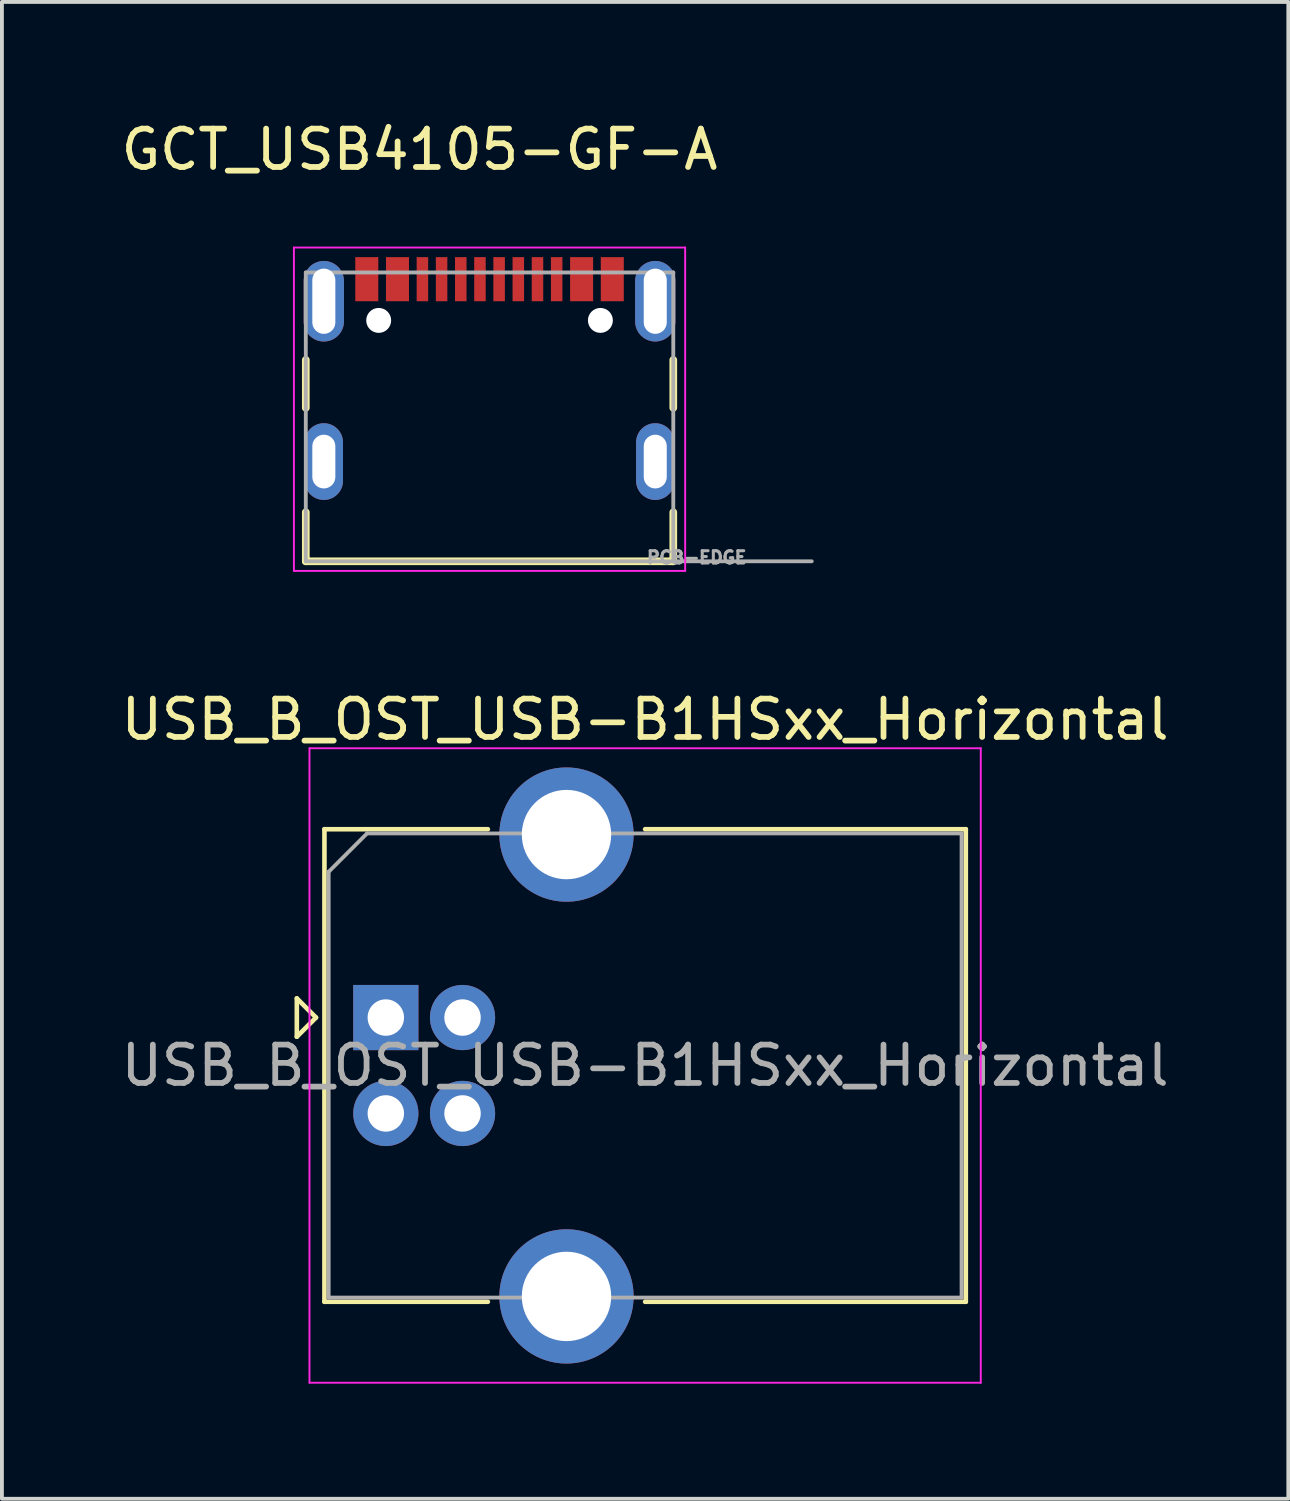
<source format=kicad_pcb>
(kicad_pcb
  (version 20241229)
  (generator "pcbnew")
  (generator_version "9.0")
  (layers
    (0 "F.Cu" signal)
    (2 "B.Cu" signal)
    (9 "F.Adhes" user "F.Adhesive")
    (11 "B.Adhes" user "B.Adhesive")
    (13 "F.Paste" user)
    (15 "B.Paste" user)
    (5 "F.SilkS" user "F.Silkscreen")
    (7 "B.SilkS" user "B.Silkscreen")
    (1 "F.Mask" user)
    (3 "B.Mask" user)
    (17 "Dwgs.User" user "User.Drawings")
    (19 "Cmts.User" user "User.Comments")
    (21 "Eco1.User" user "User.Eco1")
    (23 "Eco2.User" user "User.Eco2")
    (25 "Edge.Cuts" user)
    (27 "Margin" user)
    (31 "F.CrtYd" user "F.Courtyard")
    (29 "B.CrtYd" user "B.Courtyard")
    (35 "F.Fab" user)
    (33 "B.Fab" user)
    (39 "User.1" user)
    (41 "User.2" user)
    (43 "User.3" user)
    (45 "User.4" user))
  (footprint "GCT_USB4105-GF-A"
    (layer "F.Cu")
    (at 9.712 8.983)
    (property "Reference" "GCT_USB4105-GF-A" (at -1.825 -8.135 0) (layer "F.SilkS") (effects (font (size 1 1) (thickness 0.15))))
    (attr through_hole)
    (fp_line (start -4.79 -2.65) (end -4.79 -1.4) (stroke (width 0.2) (type solid)) (layer "F.SilkS"))
    (fp_line (start -4.79 1.32) (end -4.79 2.6) (stroke (width 0.2) (type solid)) (layer "F.SilkS"))
    (fp_line (start -4.79 2.6) (end 4.79 2.6) (stroke (width 0.2) (type solid)) (layer "F.SilkS"))
    (fp_line (start 4.79 -2.65) (end 4.79 -1.4) (stroke (width 0.2) (type solid)) (layer "F.SilkS"))
    (fp_line (start 4.79 2.6) (end 4.79 1.32) (stroke (width 0.2) (type solid)) (layer "F.SilkS"))
    (fp_line (start -5.1 -5.58) (end -5.1 2.85) (stroke (width 0.05) (type solid)) (layer "F.CrtYd"))
    (fp_line (start -5.1 2.85) (end 5.1 2.85) (stroke (width 0.05) (type solid)) (layer "F.CrtYd"))
    (fp_line (start 5.1 -5.58) (end -5.1 -5.58) (stroke (width 0.05) (type solid)) (layer "F.CrtYd"))
    (fp_line (start 5.1 2.85) (end 5.1 -5.58) (stroke (width 0.05) (type solid)) (layer "F.CrtYd"))
    (fp_line (start -4.79 -4.93) (end 4.79 -4.93) (stroke (width 0.1) (type solid)) (layer "F.Fab"))
    (fp_line (start -4.79 2.6) (end -4.79 -4.93) (stroke (width 0.1) (type solid)) (layer "F.Fab"))
    (fp_line (start 4.79 -4.93) (end 4.79 2.6) (stroke (width 0.1) (type solid)) (layer "F.Fab"))
    (fp_line (start 4.79 2.6) (end -4.79 2.6) (stroke (width 0.1) (type solid)) (layer "F.Fab"))
    (fp_line (start 4.8 2.6) (end 8.4 2.6) (stroke (width 0.1) (type solid)) (layer "F.Fab"))
    (fp_text user "PCB-EDGE" (at 5.4 2.5 0) (layer "F.Fab") (effects (font (size 0.32 0.32) (thickness 0.15))))
    (pad "" np_thru_hole circle (at -2.89 -3.68) (size 0.65 0.65) (drill 0.65) (layers "*.Cu" "*.Mask"))
    (pad "" np_thru_hole circle (at 2.89 -3.68) (size 0.65 0.65) (drill 0.65) (layers "*.Cu" "*.Mask"))
    (pad "A1_B12" smd rect (at -3.2 -4.755) (size 0.6 1.15) (layers "F.Cu" "F.Mask" "F.Paste"))
    (pad "A4_B9" smd rect (at -2.4 -4.755) (size 0.6 1.15) (layers "F.Cu" "F.Mask" "F.Paste"))
    (pad "A5" smd rect (at -1.25 -4.755) (size 0.3 1.15) (layers "F.Cu" "F.Mask" "F.Paste"))
    (pad "A6" smd rect (at -0.25 -4.755) (size 0.3 1.15) (layers "F.Cu" "F.Mask" "F.Paste"))
    (pad "A7" smd rect (at 0.25 -4.755) (size 0.3 1.15) (layers "F.Cu" "F.Mask" "F.Paste"))
    (pad "A8" smd rect (at 1.25 -4.755) (size 0.3 1.15) (layers "F.Cu" "F.Mask" "F.Paste"))
    (pad "B1_A12" smd rect (at 3.2 -4.755) (size 0.6 1.15) (layers "F.Cu" "F.Mask" "F.Paste"))
    (pad "B4_A9" smd rect (at 2.4 -4.755) (size 0.6 1.15) (layers "F.Cu" "F.Mask" "F.Paste"))
    (pad "B5" smd rect (at 1.75 -4.755) (size 0.3 1.15) (layers "F.Cu" "F.Mask" "F.Paste"))
    (pad "B6" smd rect (at 0.75 -4.755) (size 0.3 1.15) (layers "F.Cu" "F.Mask" "F.Paste"))
    (pad "B7" smd rect (at -0.75 -4.755) (size 0.3 1.15) (layers "F.Cu" "F.Mask" "F.Paste"))
    (pad "B8" smd rect (at -1.75 -4.755) (size 0.3 1.15) (layers "F.Cu" "F.Mask" "F.Paste"))
    (pad "S1" thru_hole oval (at -4.32 -4.18) (size 1.05 2.1) (drill oval 0.6 1.7) (layers "*.Cu" "*.Mask"))
    (pad "S2" thru_hole oval (at -4.32 0) (size 1 2) (drill oval 0.6 1.4) (layers "*.Cu" "*.Mask"))
    (pad "S3" thru_hole oval (at 4.32 0) (size 1 2) (drill oval 0.6 1.4) (layers "*.Cu" "*.Mask"))
    (pad "S4" thru_hole oval (at 4.32 -4.18) (size 1.05 2.1) (drill oval 0.6 1.7) (layers "*.Cu" "*.Mask")))
  (footprint "USB_B_OST_USB-B1HSxx_Horizontal"
    (layer "F.Cu")
    (at 7.008 23.477)
    (property "Reference" "USB_B_OST_USB-B1HSxx_Horizontal" (at 6.76 -7.77 0) (layer "F.SilkS") (effects (font (size 1 1) (thickness 0.15))))
    (attr through_hole)
    (fp_line (start -2.32 -0.5) (end -2.32 0.5) (stroke (width 0.12) (type solid)) (layer "F.SilkS"))
    (fp_line (start -2.32 0.5) (end -1.82 0) (stroke (width 0.12) (type solid)) (layer "F.SilkS"))
    (fp_line (start -1.82 0) (end -2.32 -0.5) (stroke (width 0.12) (type solid)) (layer "F.SilkS"))
    (fp_line (start -1.6 -4.91) (end -1.6 7.41) (stroke (width 0.12) (type solid)) (layer "F.SilkS"))
    (fp_line (start -1.6 7.41) (end 2.66 7.41) (stroke (width 0.12) (type solid)) (layer "F.SilkS"))
    (fp_line (start 2.66 -4.91) (end -1.6 -4.91) (stroke (width 0.12) (type solid)) (layer "F.SilkS"))
    (fp_line (start 6.76 -4.91) (end 15.12 -4.91) (stroke (width 0.12) (type solid)) (layer "F.SilkS"))
    (fp_line (start 15.12 -4.91) (end 15.12 7.41) (stroke (width 0.12) (type solid)) (layer "F.SilkS"))
    (fp_line (start 15.12 7.41) (end 6.76 7.41) (stroke (width 0.12) (type solid)) (layer "F.SilkS"))
    (fp_line (start -1.99 -7.02) (end -1.99 9.52) (stroke (width 0.05) (type solid)) (layer "F.CrtYd"))
    (fp_line (start -1.99 9.52) (end 15.51 9.52) (stroke (width 0.05) (type solid)) (layer "F.CrtYd"))
    (fp_line (start 15.51 -7.02) (end -1.99 -7.02) (stroke (width 0.05) (type solid)) (layer "F.CrtYd"))
    (fp_line (start 15.51 9.52) (end 15.51 -7.02) (stroke (width 0.05) (type solid)) (layer "F.CrtYd"))
    (fp_line (start -1.49 -3.8) (end -0.49 -4.8) (stroke (width 0.1) (type solid)) (layer "F.Fab"))
    (fp_line (start -1.49 7.3) (end -1.49 -3.8) (stroke (width 0.1) (type solid)) (layer "F.Fab"))
    (fp_line (start -0.49 -4.8) (end 15.01 -4.8) (stroke (width 0.1) (type solid)) (layer "F.Fab"))
    (fp_line (start 15.01 -4.8) (end 15.01 7.3) (stroke (width 0.1) (type solid)) (layer "F.Fab"))
    (fp_line (start 15.01 7.3) (end -1.49 7.3) (stroke (width 0.1) (type solid)) (layer "F.Fab"))
    (fp_text user "${REFERENCE}" (at 6.76 1.25 0) (layer "F.Fab") (effects (font (size 1 1) (thickness 0.15))))
    (pad "1" thru_hole rect (at 0 0) (size 1.7 1.7) (drill 0.95) (layers "*.Cu" "*.Mask"))
    (pad "2" thru_hole circle (at 0 2.5) (size 1.7 1.7) (drill 0.95) (layers "*.Cu" "*.Mask"))
    (pad "3" thru_hole circle (at 2 2.5) (size 1.7 1.7) (drill 0.95) (layers "*.Cu" "*.Mask"))
    (pad "4" thru_hole circle (at 2 0) (size 1.7 1.7) (drill 0.95) (layers "*.Cu" "*.Mask"))
    (pad "5" thru_hole circle (at 4.71 -4.77) (size 3.5 3.5) (drill 2.33) (layers "*.Cu" "*.Mask"))
    (pad "5" thru_hole circle (at 4.71 7.27) (size 3.5 3.5) (drill 2.33) (layers "*.Cu" "*.Mask")))
  (gr_rect
    (start -3 -3)
    (end 30.536 36.022)
    (stroke (width 0.1) (type default))
    (fill no)
    (layer "Edge.Cuts")))
</source>
